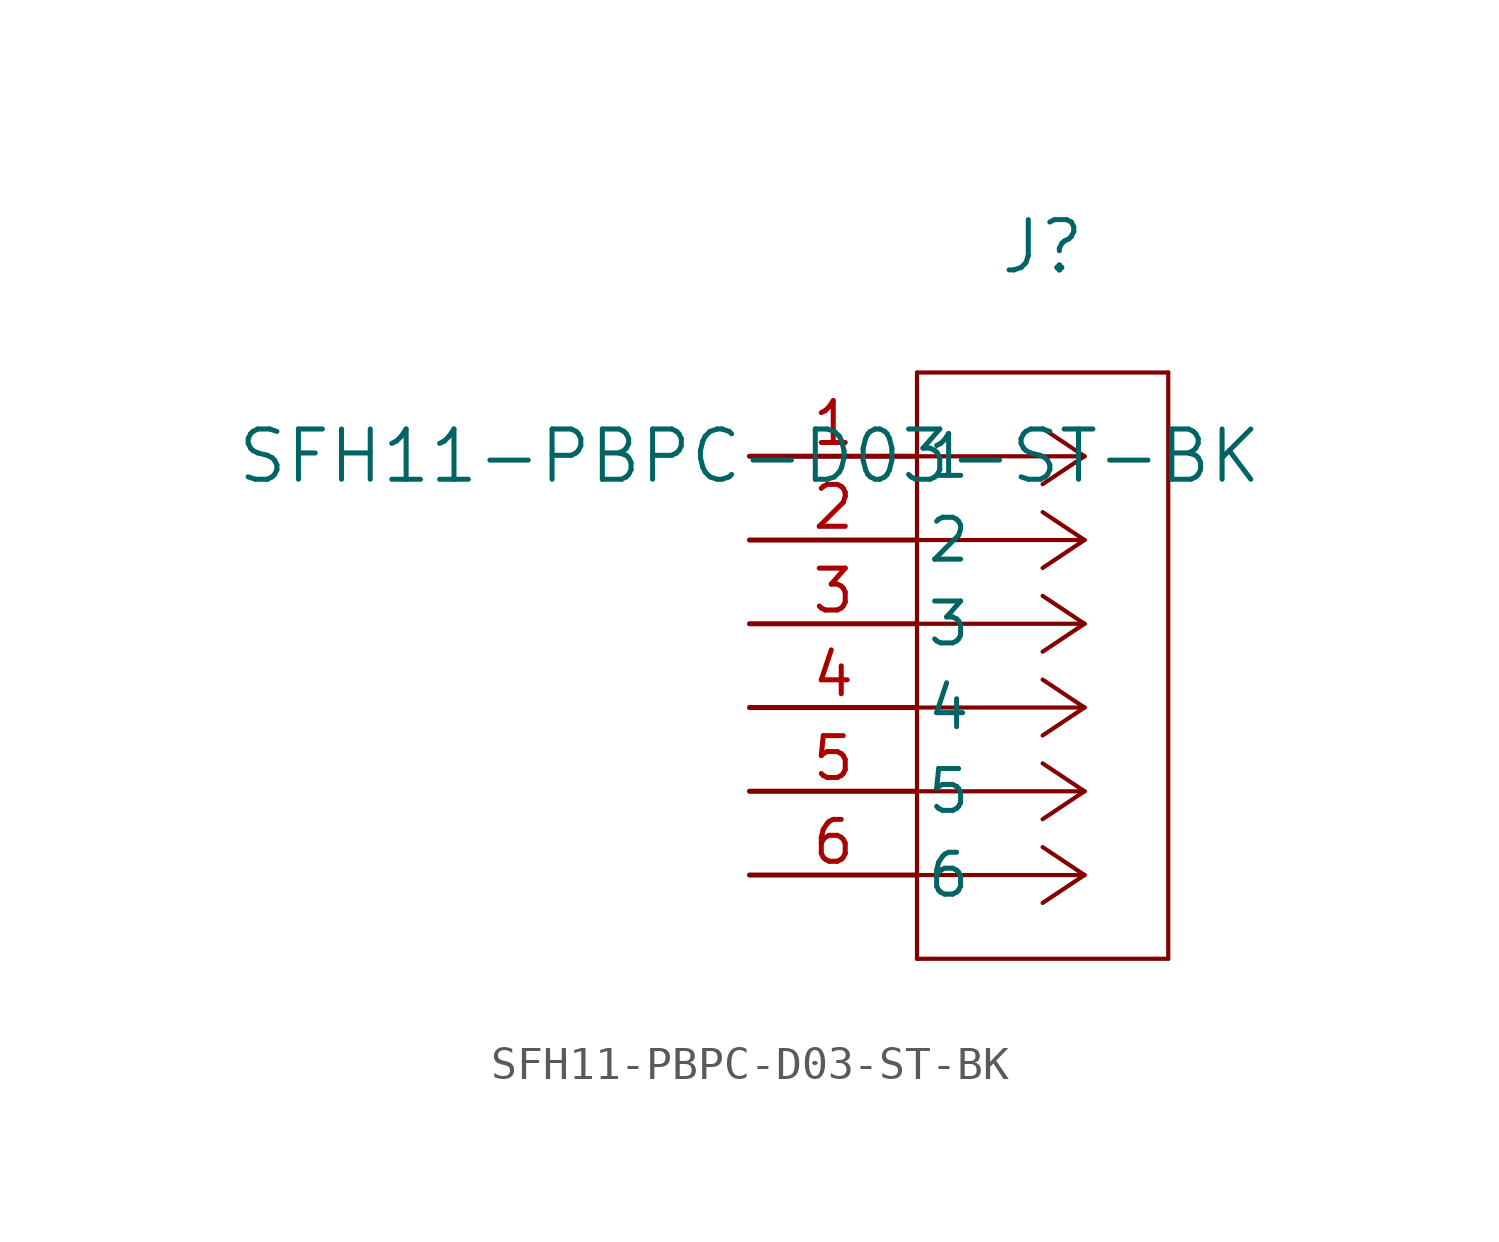
<source format=kicad_sym>
(kicad_symbol_lib
  (version 20211014)
  (generator kicad_symbol_editor)
  (symbol "SFH11-PBPC-D03-ST-BK"
    (pin_names
      (offset 0.254))
    (property "Reference" "J"
      (at 8.89 6.35 0)
      (effects (font (size 1.524 1.524))))
    (property "Value" "SFH11-PBPC-D03-ST-BK"
      (at 0 0 0)
      (effects (font (size 1.524 1.524))))
    (symbol "SFH11-PBPC-D03-ST-BK_0_1"
      (polyline (pts (xy 10.16 0) (xy 5.08 0)) (stroke (width 0.127) (type default) (color 0 0 0 0)) (fill (type none)))
      (polyline (pts (xy 10.16 -2.54) (xy 5.08 -2.54)) (stroke (width 0.127) (type default) (color 0 0 0 0)) (fill (type none)))
      (polyline (pts (xy 10.16 -5.08) (xy 5.08 -5.08)) (stroke (width 0.127) (type default) (color 0 0 0 0)) (fill (type none)))
      (polyline (pts (xy 10.16 -7.62) (xy 5.08 -7.62)) (stroke (width 0.127) (type default) (color 0 0 0 0)) (fill (type none)))
      (polyline (pts (xy 10.16 -10.16) (xy 5.08 -10.16)) (stroke (width 0.127) (type default) (color 0 0 0 0)) (fill (type none)))
      (polyline (pts (xy 10.16 -12.7) (xy 5.08 -12.7)) (stroke (width 0.127) (type default) (color 0 0 0 0)) (fill (type none)))
      (polyline (pts (xy 10.16 0) (xy 8.89 0.847)) (stroke (width 0.127) (type default) (color 0 0 0 0)) (fill (type none)))
      (polyline (pts (xy 10.16 -2.54) (xy 8.89 -1.693)) (stroke (width 0.127) (type default) (color 0 0 0 0)) (fill (type none)))
      (polyline (pts (xy 10.16 -5.08) (xy 8.89 -4.233)) (stroke (width 0.127) (type default) (color 0 0 0 0)) (fill (type none)))
      (polyline (pts (xy 10.16 -7.62) (xy 8.89 -6.773)) (stroke (width 0.127) (type default) (color 0 0 0 0)) (fill (type none)))
      (polyline (pts (xy 10.16 -10.16) (xy 8.89 -9.313)) (stroke (width 0.127) (type default) (color 0 0 0 0)) (fill (type none)))
      (polyline (pts (xy 10.16 -12.7) (xy 8.89 -11.853)) (stroke (width 0.127) (type default) (color 0 0 0 0)) (fill (type none)))
      (polyline (pts (xy 10.16 0) (xy 8.89 -0.847)) (stroke (width 0.127) (type default) (color 0 0 0 0)) (fill (type none)))
      (polyline (pts (xy 10.16 -2.54) (xy 8.89 -3.387)) (stroke (width 0.127) (type default) (color 0 0 0 0)) (fill (type none)))
      (polyline (pts (xy 10.16 -5.08) (xy 8.89 -5.927)) (stroke (width 0.127) (type default) (color 0 0 0 0)) (fill (type none)))
      (polyline (pts (xy 10.16 -7.62) (xy 8.89 -8.467)) (stroke (width 0.127) (type default) (color 0 0 0 0)) (fill (type none)))
      (polyline (pts (xy 10.16 -10.16) (xy 8.89 -11.007)) (stroke (width 0.127) (type default) (color 0 0 0 0)) (fill (type none)))
      (polyline (pts (xy 10.16 -12.7) (xy 8.89 -13.547)) (stroke (width 0.127) (type default) (color 0 0 0 0)) (fill (type none)))
      (polyline (pts (xy 5.08 2.54) (xy 5.08 -15.24)) (stroke (width 0.127) (type default) (color 0 0 0 0)) (fill (type none)))
      (polyline (pts (xy 5.08 -15.24) (xy 12.7 -15.24)) (stroke (width 0.127) (type default) (color 0 0 0 0)) (fill (type none)))
      (polyline (pts (xy 12.7 -15.24) (xy 12.7 2.54)) (stroke (width 0.127) (type default) (color 0 0 0 0)) (fill (type none)))
      (polyline (pts (xy 12.7 2.54) (xy 5.08 2.54)) (stroke (width 0.127) (type default) (color 0 0 0 0)) (fill (type none)))
      (pin unspecified line (at 0 0 0) (length 5.08) (name "1" (effects (font (size 1.27 1.27)))) (number "1" (effects (font (size 1.27 1.27)))))
      (pin unspecified line (at 0 -2.54 0) (length 5.08) (name "2" (effects (font (size 1.27 1.27)))) (number "2" (effects (font (size 1.27 1.27)))))
      (pin unspecified line (at 0 -5.08 0) (length 5.08) (name "3" (effects (font (size 1.27 1.27)))) (number "3" (effects (font (size 1.27 1.27)))))
      (pin unspecified line (at 0 -7.62 0) (length 5.08) (name "4" (effects (font (size 1.27 1.27)))) (number "4" (effects (font (size 1.27 1.27)))))
      (pin unspecified line (at 0 -10.16 0) (length 5.08) (name "5" (effects (font (size 1.27 1.27)))) (number "5" (effects (font (size 1.27 1.27)))))
      (pin unspecified line (at 0 -12.7 0) (length 5.08) (name "6" (effects (font (size 1.27 1.27)))) (number "6" (effects (font (size 1.27 1.27))))))))
</source>
